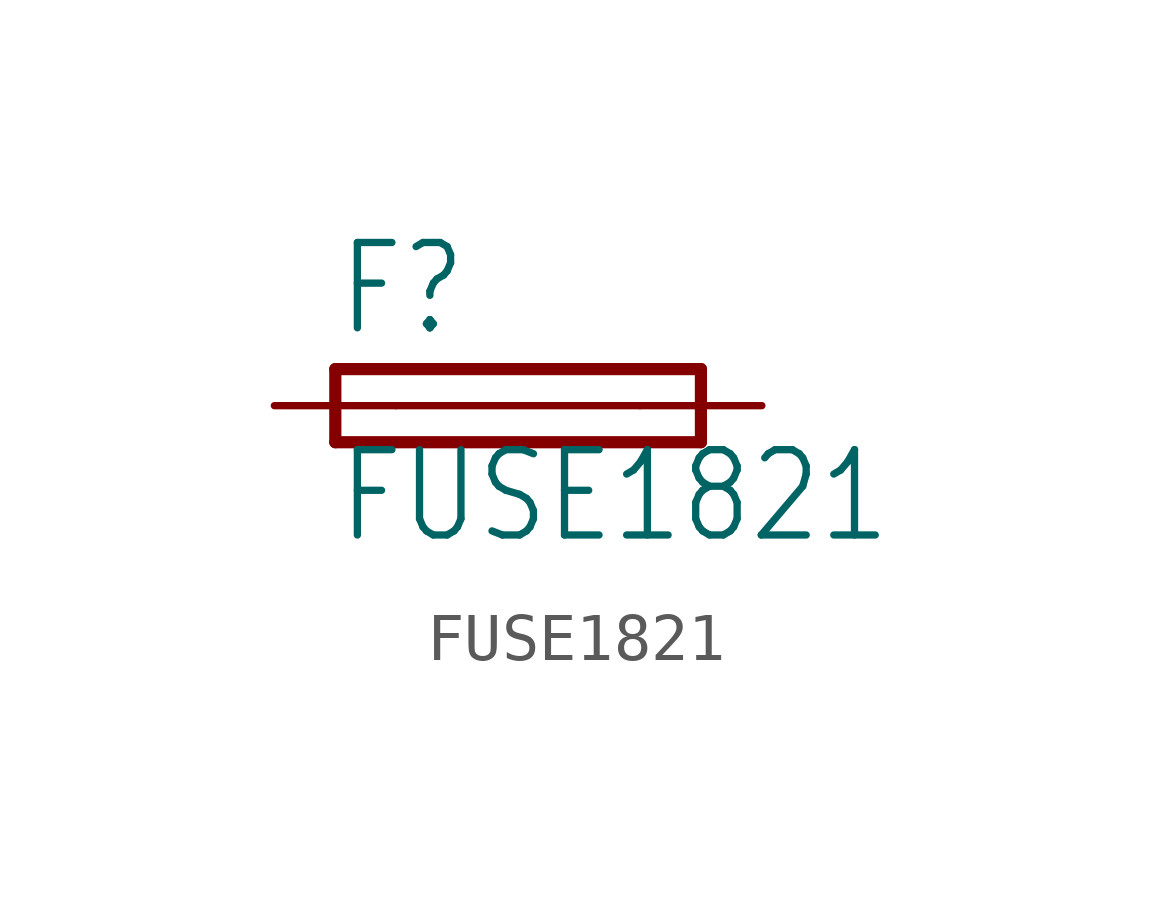
<source format=kicad_sym>
(kicad_symbol_lib
  (version 20200126)
  (host kicad_symbol_editor "5.99.0-unknown-aa7ce74~88~ubuntu18.04.1")
  (symbol "FUSE1821"
    (property "Reference" "F"
      (at -3.81 1.397 0)
      (effects (font (size 1.778 1.511)) (justify left bottom)))
    (property "Value" "FUSE1821"
      (at -3.81 -2.921 0)
      (effects (font (size 1.778 1.511)) (justify left bottom)))
    (property "ki_locked" ""
      (at 0 0 0)
      (effects (font (size 1.27 1.27))))
    (symbol "FUSE1821_1_0"
      (polyline (pts (xy -3.81 -0.762) (xy 3.81 -0.762)) (stroke (width 0.254)) (fill (type none)))
      (polyline (pts (xy 3.81 0.762) (xy -3.81 0.762)) (stroke (width 0.254)) (fill (type none)))
      (polyline (pts (xy 3.81 -0.762) (xy 3.81 0.762)) (stroke (width 0.254)) (fill (type none)))
      (polyline (pts (xy -3.81 0.762) (xy -3.81 -0.762)) (stroke (width 0.254)) (fill (type none)))
      (polyline (pts (xy -2.54 0) (xy 2.54 0)) (stroke (width 0.152)) (fill (type none)))
      (pin passive line (at 5.08 0 180) (length 2.54) (name "2" (effects (font (size 0 0)))) (number "B" (effects (font (size 0 0)))))
      (pin passive line (at -5.08 0 0) (length 2.54) (name "1" (effects (font (size 0 0)))) (number "A" (effects (font (size 0 0))))))))
</source>
